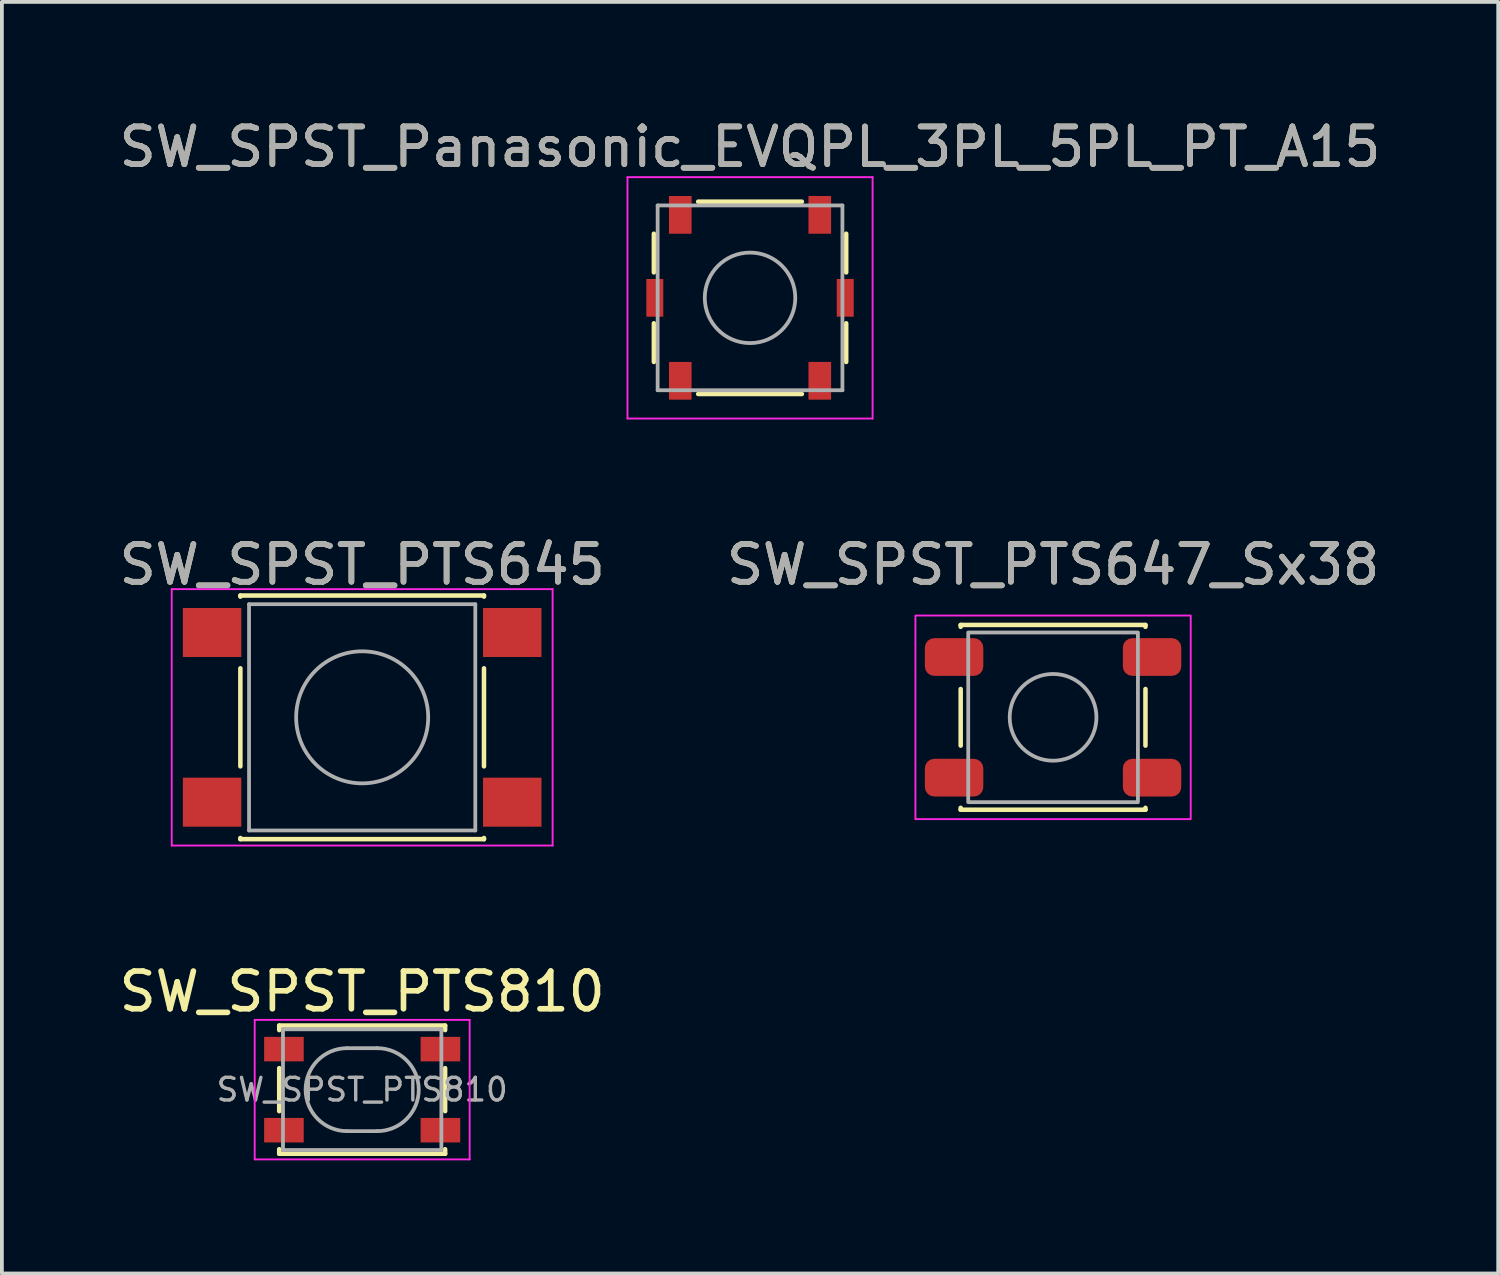
<source format=kicad_pcb>
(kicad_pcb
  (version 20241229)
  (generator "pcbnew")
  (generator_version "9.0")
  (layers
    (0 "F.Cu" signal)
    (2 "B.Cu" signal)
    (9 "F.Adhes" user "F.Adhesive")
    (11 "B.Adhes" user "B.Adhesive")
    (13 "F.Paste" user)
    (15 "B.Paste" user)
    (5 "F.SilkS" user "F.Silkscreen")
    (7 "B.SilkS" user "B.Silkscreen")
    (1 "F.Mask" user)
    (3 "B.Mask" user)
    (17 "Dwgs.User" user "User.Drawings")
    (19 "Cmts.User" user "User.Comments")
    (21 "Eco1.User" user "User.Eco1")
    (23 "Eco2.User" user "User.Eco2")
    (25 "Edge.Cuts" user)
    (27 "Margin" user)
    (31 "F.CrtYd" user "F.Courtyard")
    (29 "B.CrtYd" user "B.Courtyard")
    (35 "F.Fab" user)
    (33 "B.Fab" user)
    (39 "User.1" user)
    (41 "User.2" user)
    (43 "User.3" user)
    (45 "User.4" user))
  (footprint "SW_SPST_PTS647_Sx38"
    (layer "F.Cu")
    (at 24.875 15.972)
    (property "Reference" "SW_SPST_PTS647_Sx38" (at 0 -4.05 0) (layer "F.SilkS") (effects (font (size 1 1) (thickness 0.15))))
    (attr smd)
    (fp_line (start -2.45 -2.45) (end -2.45 -2.4) (stroke (width 0.12) (type solid)) (layer "F.SilkS"))
    (fp_line (start -2.45 -2.45) (end 2.45 -2.45) (stroke (width 0.12) (type solid)) (layer "F.SilkS"))
    (fp_line (start -2.45 -0.75) (end -2.45 0.75) (stroke (width 0.12) (type solid)) (layer "F.SilkS"))
    (fp_line (start -2.45 2.45) (end -2.45 2.4) (stroke (width 0.12) (type solid)) (layer "F.SilkS"))
    (fp_line (start -2.45 2.45) (end 2.45 2.45) (stroke (width 0.12) (type solid)) (layer "F.SilkS"))
    (fp_line (start 2.45 -2.45) (end 2.45 -2.4) (stroke (width 0.12) (type solid)) (layer "F.SilkS"))
    (fp_line (start 2.45 -0.75) (end 2.45 0.75) (stroke (width 0.12) (type solid)) (layer "F.SilkS"))
    (fp_line (start 2.45 2.45) (end 2.45 2.4) (stroke (width 0.12) (type solid)) (layer "F.SilkS"))
    (fp_rect (start -3.65 -2.7) (end 3.65 2.7) (stroke (width 0.05) (type default)) (fill no) (layer "F.CrtYd"))
    (fp_rect (start -2.25 -2.25) (end 2.25 2.25) (stroke (width 0.1) (type default)) (fill no) (layer "F.Fab"))
    (fp_circle (center 0 0) (end 1.15 0) (stroke (width 0.1) (type solid)) (fill no) (layer "F.Fab"))
    (fp_text user "${REFERENCE}" (at 0 -4.05 0) (layer "F.Fab") (effects (font (size 1 1) (thickness 0.15))))
    (pad "1" smd roundrect (at -2.625 -1.6) (size 1.55 1) (layers "F.Cu" "F.Mask" "F.Paste") (roundrect_rratio 0.25))
    (pad "1" smd roundrect (at 2.625 -1.6) (size 1.55 1) (layers "F.Cu" "F.Mask" "F.Paste") (roundrect_rratio 0.25))
    (pad "2" smd roundrect (at -2.625 1.6) (size 1.55 1) (layers "F.Cu" "F.Mask" "F.Paste") (roundrect_rratio 0.25))
    (pad "2" smd roundrect (at 2.625 1.6) (size 1.55 1) (layers "F.Cu" "F.Mask" "F.Paste") (roundrect_rratio 0.25)))
  (footprint "SW_SPST_PTS645"
    (layer "F.Cu")
    (at 6.554 15.972)
    (property "Reference" "SW_SPST_PTS645" (at 0 -4.05 0) (layer "F.SilkS") (effects (font (size 1 1) (thickness 0.15))))
    (attr smd)
    (fp_line (start -3.23 -3.23) (end 3.23 -3.23) (stroke (width 0.12) (type solid)) (layer "F.SilkS"))
    (fp_line (start -3.23 -3.2) (end -3.23 -3.23) (stroke (width 0.12) (type solid)) (layer "F.SilkS"))
    (fp_line (start -3.23 -1.3) (end -3.23 1.3) (stroke (width 0.12) (type solid)) (layer "F.SilkS"))
    (fp_line (start -3.23 3.23) (end -3.23 3.2) (stroke (width 0.12) (type solid)) (layer "F.SilkS"))
    (fp_line (start -3.23 3.23) (end 3.23 3.23) (stroke (width 0.12) (type solid)) (layer "F.SilkS"))
    (fp_line (start 3.23 -3.23) (end 3.23 -3.2) (stroke (width 0.12) (type solid)) (layer "F.SilkS"))
    (fp_line (start 3.23 -1.3) (end 3.23 1.3) (stroke (width 0.12) (type solid)) (layer "F.SilkS"))
    (fp_line (start 3.23 3.23) (end 3.23 3.2) (stroke (width 0.12) (type solid)) (layer "F.SilkS"))
    (fp_line (start -5.05 -3.4) (end -5.05 3.4) (stroke (width 0.05) (type solid)) (layer "F.CrtYd"))
    (fp_line (start -5.05 -3.4) (end 5.05 -3.4) (stroke (width 0.05) (type solid)) (layer "F.CrtYd"))
    (fp_line (start -5.05 3.4) (end 5.05 3.4) (stroke (width 0.05) (type solid)) (layer "F.CrtYd"))
    (fp_line (start 5.05 3.4) (end 5.05 -3.4) (stroke (width 0.05) (type solid)) (layer "F.CrtYd"))
    (fp_line (start -3 -3) (end -3 3) (stroke (width 0.1) (type solid)) (layer "F.Fab"))
    (fp_line (start -3 3) (end 3 3) (stroke (width 0.1) (type solid)) (layer "F.Fab"))
    (fp_line (start 3 -3) (end -3 -3) (stroke (width 0.1) (type solid)) (layer "F.Fab"))
    (fp_line (start 3 3) (end 3 -3) (stroke (width 0.1) (type solid)) (layer "F.Fab"))
    (fp_circle (center 0 0) (end 1.75 -0.05) (stroke (width 0.1) (type solid)) (fill no) (layer "F.Fab"))
    (fp_text user "${REFERENCE}" (at 0 -4.05 0) (layer "F.Fab") (effects (font (size 1 1) (thickness 0.15))))
    (pad "1" smd rect (at -3.98 -2.25) (size 1.55 1.3) (layers "F.Cu" "F.Mask" "F.Paste"))
    (pad "1" smd rect (at 3.98 -2.25) (size 1.55 1.3) (layers "F.Cu" "F.Mask" "F.Paste"))
    (pad "2" smd rect (at -3.98 2.25) (size 1.55 1.3) (layers "F.Cu" "F.Mask" "F.Paste"))
    (pad "2" smd rect (at 3.98 2.25) (size 1.55 1.3) (layers "F.Cu" "F.Mask" "F.Paste")))
  (footprint "SW_SPST_PTS810"
    (layer "F.Cu")
    (at 6.554 25.845)
    (property "Reference" "SW_SPST_PTS810" (at 0 -2.6 0) (layer "F.SilkS") (effects (font (size 1 1) (thickness 0.15))))
    (attr smd)
    (fp_line (start -2.2 -1.7) (end -2.2 -1.58) (stroke (width 0.12) (type solid)) (layer "F.SilkS"))
    (fp_line (start -2.2 -0.57) (end -2.2 0.57) (stroke (width 0.12) (type solid)) (layer "F.SilkS"))
    (fp_line (start -2.2 1.58) (end -2.2 1.7) (stroke (width 0.12) (type solid)) (layer "F.SilkS"))
    (fp_line (start -2.2 1.7) (end 2.2 1.7) (stroke (width 0.12) (type solid)) (layer "F.SilkS"))
    (fp_line (start 2.2 -1.7) (end -2.2 -1.7) (stroke (width 0.12) (type solid)) (layer "F.SilkS"))
    (fp_line (start 2.2 -1.58) (end 2.2 -1.7) (stroke (width 0.12) (type solid)) (layer "F.SilkS"))
    (fp_line (start 2.2 0.57) (end 2.2 -0.57) (stroke (width 0.12) (type solid)) (layer "F.SilkS"))
    (fp_line (start 2.2 1.7) (end 2.2 1.58) (stroke (width 0.12) (type solid)) (layer "F.SilkS"))
    (fp_line (start -2.85 -1.85) (end 2.85 -1.85) (stroke (width 0.05) (type solid)) (layer "F.CrtYd"))
    (fp_line (start -2.85 1.85) (end -2.85 -1.85) (stroke (width 0.05) (type solid)) (layer "F.CrtYd"))
    (fp_line (start 2.85 -1.85) (end 2.85 1.85) (stroke (width 0.05) (type solid)) (layer "F.CrtYd"))
    (fp_line (start 2.85 1.85) (end -2.85 1.85) (stroke (width 0.05) (type solid)) (layer "F.CrtYd"))
    (fp_line (start -2.1 -1.6) (end -2.1 1.6) (stroke (width 0.1) (type solid)) (layer "F.Fab"))
    (fp_line (start -2.1 1.6) (end 2.1 1.6) (stroke (width 0.1) (type solid)) (layer "F.Fab"))
    (fp_line (start -0.4 -1.1) (end 0.4 -1.1) (stroke (width 0.1) (type solid)) (layer "F.Fab"))
    (fp_line (start 0.4 1.1) (end -0.4 1.1) (stroke (width 0.1) (type solid)) (layer "F.Fab"))
    (fp_line (start 2.1 -1.6) (end -2.1 -1.6) (stroke (width 0.1) (type solid)) (layer "F.Fab"))
    (fp_line (start 2.1 1.6) (end 2.1 -1.6) (stroke (width 0.1) (type solid)) (layer "F.Fab"))
    (fp_arc (start -0.4 1.1) (mid -1.5 0) (end -0.4 -1.1) (stroke (width 0.1) (type solid)) (layer "F.Fab"))
    (fp_arc (start 0.4 -1.1) (mid 1.5 0) (end 0.4 1.1) (stroke (width 0.1) (type solid)) (layer "F.Fab"))
    (fp_text user "${REFERENCE}" (at 0 0 0) (layer "F.Fab") (effects (font (size 0.6 0.6) (thickness 0.09))))
    (pad "1" smd rect (at -2.075 -1.075) (size 1.05 0.65) (layers "F.Cu" "F.Mask" "F.Paste"))
    (pad "1" smd rect (at 2.075 -1.075) (size 1.05 0.65) (layers "F.Cu" "F.Mask" "F.Paste"))
    (pad "2" smd rect (at -2.075 1.075) (size 1.05 0.65) (layers "F.Cu" "F.Mask" "F.Paste"))
    (pad "2" smd rect (at 2.075 1.075) (size 1.05 0.65) (layers "F.Cu" "F.Mask" "F.Paste")))
  (footprint "SW_SPST_Panasonic_EVQPL_3PL_5PL_PT_A15"
    (layer "F.Cu")
    (at 16.839 4.848)
    (property "Reference" "SW_SPST_Panasonic_EVQPL_3PL_5PL_PT_A15" (at 0 -4 0) (layer "F.SilkS") (effects (font (size 1 1) (thickness 0.15))))
    (attr smd)
    (fp_line (start -2.55 -1.7) (end -2.55 -0.675) (stroke (width 0.12) (type solid)) (layer "F.SilkS"))
    (fp_line (start -2.55 0.675) (end -2.55 1.7) (stroke (width 0.12) (type solid)) (layer "F.SilkS"))
    (fp_line (start -1.375 -2.55) (end 1.375 -2.55) (stroke (width 0.12) (type solid)) (layer "F.SilkS"))
    (fp_line (start -1.375 2.55) (end 1.375 2.55) (stroke (width 0.12) (type solid)) (layer "F.SilkS"))
    (fp_line (start 2.55 -1.7) (end 2.55 -0.675) (stroke (width 0.12) (type solid)) (layer "F.SilkS"))
    (fp_line (start 2.55 0.675) (end 2.55 1.7) (stroke (width 0.12) (type solid)) (layer "F.SilkS"))
    (fp_line (start -3.25 -3.2) (end 3.25 -3.2) (stroke (width 0.05) (type solid)) (layer "F.CrtYd"))
    (fp_line (start -3.25 3.2) (end -3.25 -3.2) (stroke (width 0.05) (type solid)) (layer "F.CrtYd"))
    (fp_line (start -3.25 3.2) (end 3.25 3.2) (stroke (width 0.05) (type solid)) (layer "F.CrtYd"))
    (fp_line (start 3.25 3.2) (end 3.25 -3.2) (stroke (width 0.05) (type solid)) (layer "F.CrtYd"))
    (fp_line (start -2.45 -2.45) (end -2.45 2.45) (stroke (width 0.1) (type solid)) (layer "F.Fab"))
    (fp_line (start -2.45 -2.45) (end 2.45 -2.45) (stroke (width 0.1) (type solid)) (layer "F.Fab"))
    (fp_line (start 2.45 -2.45) (end 2.45 2.45) (stroke (width 0.1) (type solid)) (layer "F.Fab"))
    (fp_line (start 2.45 2.45) (end -2.45 2.45) (stroke (width 0.1) (type solid)) (layer "F.Fab"))
    (fp_circle (center 0 0) (end 1.2 0) (stroke (width 0.1) (type solid)) (fill no) (layer "F.Fab"))
    (fp_text user "${REFERENCE}" (at 0 -4 0) (layer "F.Fab") (effects (font (size 1 1) (thickness 0.15))))
    (pad "0" smd rect (at -2.525 0) (size 0.45 1) (layers "F.Cu" "F.Mask" "F.Paste"))
    (pad "0" smd rect (at 2.525 0) (size 0.45 1) (layers "F.Cu" "F.Mask" "F.Paste"))
    (pad "1" smd rect (at -1.85 -2.2) (size 0.6 1) (layers "F.Cu" "F.Mask" "F.Paste"))
    (pad "1" smd rect (at -1.85 2.2) (size 0.6 1) (layers "F.Cu" "F.Mask" "F.Paste"))
    (pad "2" smd rect (at 1.85 -2.2) (size 0.6 1) (layers "F.Cu" "F.Mask" "F.Paste"))
    (pad "2" smd rect (at 1.85 2.2) (size 0.6 1) (layers "F.Cu" "F.Mask" "F.Paste")))
  (gr_rect
    (start -3 -3)
    (end 36.679 30.72)
    (stroke (width 0.1) (type default))
    (fill no)
    (layer "Edge.Cuts")))
</source>
